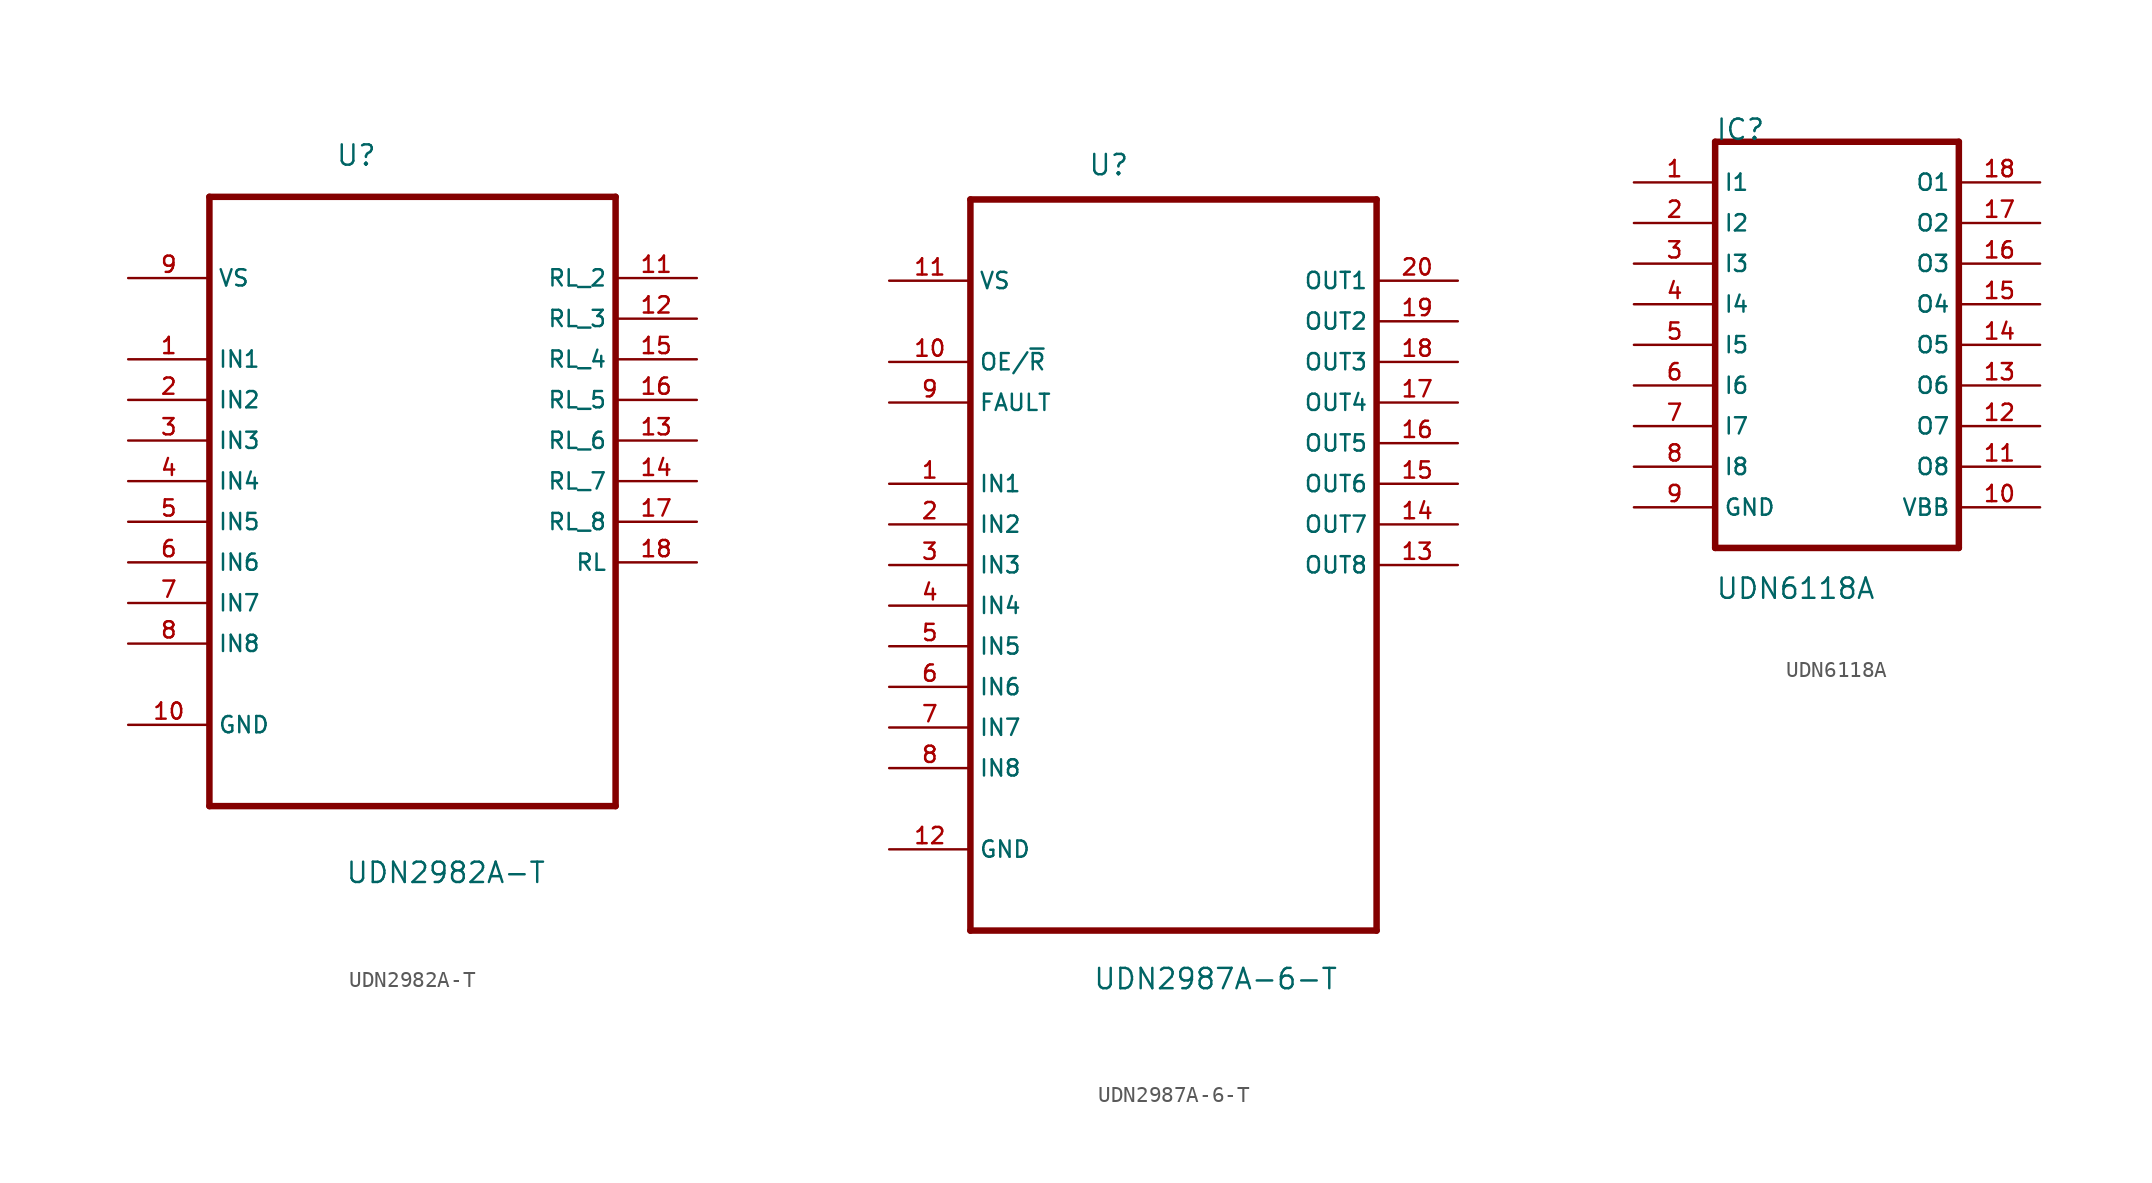
<source format=kicad_sym>
(kicad_symbol_lib
  (version 20220102)
  (generator kicad_symbol_editor)
  (symbol "UDN2982A-T"
    (property "Reference" "U"
      (at -4.826 17.831 0)
      (effects (font (size 1.27 1.27)) (justify left)))
    (property "Value" "UDN2982A-T"
      (at -4.216 -27.026 0)
      (effects (font (size 1.27 1.27)) (justify left)))
    (property "ki_locked" ""
      (at 0 0 0)
      (effects (font (size 1.27 1.27))))
    (symbol "UDN2982A-T_0_0"
      (polyline (pts (xy -12.7 -22.86) (xy 12.7 -22.86)) (stroke (width 0.406) (type default)) (fill (type none)))
      (polyline (pts (xy -12.7 15.24) (xy -12.7 -22.86)) (stroke (width 0.406) (type default)) (fill (type none)))
      (polyline (pts (xy 12.7 -22.86) (xy 12.7 15.24)) (stroke (width 0.406) (type default)) (fill (type none)))
      (polyline (pts (xy 12.7 15.24) (xy -12.7 15.24)) (stroke (width 0.406) (type default)) (fill (type none)))
      (pin input line (at -17.78 5.08 0) (length 5.08) (name "IN1" (effects (font (size 1.016 1.016)))) (number "1" (effects (font (size 1.016 1.016)))))
      (pin passive line (at -17.78 -17.78 0) (length 5.08) (name "GND" (effects (font (size 1.016 1.016)))) (number "10" (effects (font (size 1.016 1.016)))))
      (pin passive line (at 17.78 10.16 180) (length 5.08) (name "RL_2" (effects (font (size 1.016 1.016)))) (number "11" (effects (font (size 1.016 1.016)))))
      (pin passive line (at 17.78 7.62 180) (length 5.08) (name "RL_3" (effects (font (size 1.016 1.016)))) (number "12" (effects (font (size 1.016 1.016)))))
      (pin passive line (at 17.78 0 180) (length 5.08) (name "RL_6" (effects (font (size 1.016 1.016)))) (number "13" (effects (font (size 1.016 1.016)))))
      (pin passive line (at 17.78 -2.54 180) (length 5.08) (name "RL_7" (effects (font (size 1.016 1.016)))) (number "14" (effects (font (size 1.016 1.016)))))
      (pin passive line (at 17.78 5.08 180) (length 5.08) (name "RL_4" (effects (font (size 1.016 1.016)))) (number "15" (effects (font (size 1.016 1.016)))))
      (pin passive line (at 17.78 2.54 180) (length 5.08) (name "RL_5" (effects (font (size 1.016 1.016)))) (number "16" (effects (font (size 1.016 1.016)))))
      (pin passive line (at 17.78 -5.08 180) (length 5.08) (name "RL_8" (effects (font (size 1.016 1.016)))) (number "17" (effects (font (size 1.016 1.016)))))
      (pin passive line (at 17.78 -7.62 180) (length 5.08) (name "RL" (effects (font (size 1.016 1.016)))) (number "18" (effects (font (size 1.016 1.016)))))
      (pin input line (at -17.78 2.54 0) (length 5.08) (name "IN2" (effects (font (size 1.016 1.016)))) (number "2" (effects (font (size 1.016 1.016)))))
      (pin input line (at -17.78 0 0) (length 5.08) (name "IN3" (effects (font (size 1.016 1.016)))) (number "3" (effects (font (size 1.016 1.016)))))
      (pin input line (at -17.78 -2.54 0) (length 5.08) (name "IN4" (effects (font (size 1.016 1.016)))) (number "4" (effects (font (size 1.016 1.016)))))
      (pin input line (at -17.78 -5.08 0) (length 5.08) (name "IN5" (effects (font (size 1.016 1.016)))) (number "5" (effects (font (size 1.016 1.016)))))
      (pin input line (at -17.78 -7.62 0) (length 5.08) (name "IN6" (effects (font (size 1.016 1.016)))) (number "6" (effects (font (size 1.016 1.016)))))
      (pin input line (at -17.78 -10.16 0) (length 5.08) (name "IN7" (effects (font (size 1.016 1.016)))) (number "7" (effects (font (size 1.016 1.016)))))
      (pin input line (at -17.78 -12.7 0) (length 5.08) (name "IN8" (effects (font (size 1.016 1.016)))) (number "8" (effects (font (size 1.016 1.016)))))
      (pin input line (at -17.78 10.16 0) (length 5.08) (name "VS" (effects (font (size 1.016 1.016)))) (number "9" (effects (font (size 1.016 1.016)))))))
  (symbol "UDN2987A-6-T"
    (property "Reference" "U"
      (at -5.359 22.479 0)
      (effects (font (size 1.27 1.27)) (justify left)))
    (property "Value" "UDN2987A-6-T"
      (at -5.055 -28.423 0)
      (effects (font (size 1.27 1.27)) (justify left)))
    (property "ki_locked" ""
      (at 0 0 0)
      (effects (font (size 1.27 1.27))))
    (symbol "UDN2987A-6-T_0_0"
      (polyline (pts (xy -12.7 -25.4) (xy 12.7 -25.4)) (stroke (width 0.406) (type default)) (fill (type none)))
      (polyline (pts (xy -12.7 20.32) (xy -12.7 -25.4)) (stroke (width 0.406) (type default)) (fill (type none)))
      (polyline (pts (xy 12.7 -25.4) (xy 12.7 20.32)) (stroke (width 0.406) (type default)) (fill (type none)))
      (polyline (pts (xy 12.7 20.32) (xy -12.7 20.32)) (stroke (width 0.406) (type default)) (fill (type none)))
      (pin input line (at -17.78 2.54 0) (length 5.08) (name "IN1" (effects (font (size 1.016 1.016)))) (number "1" (effects (font (size 1.016 1.016)))))
      (pin input line (at -17.78 10.16 0) (length 5.08) (name "OE/~{R}" (effects (font (size 1.016 1.016)))) (number "10" (effects (font (size 1.016 1.016)))))
      (pin input line (at -17.78 15.24 0) (length 5.08) (name "VS" (effects (font (size 1.016 1.016)))) (number "11" (effects (font (size 1.016 1.016)))))
      (pin passive line (at -17.78 -20.32 0) (length 5.08) (name "GND" (effects (font (size 1.016 1.016)))) (number "12" (effects (font (size 1.016 1.016)))))
      (pin output line (at 17.78 -2.54 180) (length 5.08) (name "OUT8" (effects (font (size 1.016 1.016)))) (number "13" (effects (font (size 1.016 1.016)))))
      (pin output line (at 17.78 0 180) (length 5.08) (name "OUT7" (effects (font (size 1.016 1.016)))) (number "14" (effects (font (size 1.016 1.016)))))
      (pin output line (at 17.78 2.54 180) (length 5.08) (name "OUT6" (effects (font (size 1.016 1.016)))) (number "15" (effects (font (size 1.016 1.016)))))
      (pin output line (at 17.78 5.08 180) (length 5.08) (name "OUT5" (effects (font (size 1.016 1.016)))) (number "16" (effects (font (size 1.016 1.016)))))
      (pin output line (at 17.78 7.62 180) (length 5.08) (name "OUT4" (effects (font (size 1.016 1.016)))) (number "17" (effects (font (size 1.016 1.016)))))
      (pin output line (at 17.78 10.16 180) (length 5.08) (name "OUT3" (effects (font (size 1.016 1.016)))) (number "18" (effects (font (size 1.016 1.016)))))
      (pin output line (at 17.78 12.7 180) (length 5.08) (name "OUT2" (effects (font (size 1.016 1.016)))) (number "19" (effects (font (size 1.016 1.016)))))
      (pin input line (at -17.78 0 0) (length 5.08) (name "IN2" (effects (font (size 1.016 1.016)))) (number "2" (effects (font (size 1.016 1.016)))))
      (pin output line (at 17.78 15.24 180) (length 5.08) (name "OUT1" (effects (font (size 1.016 1.016)))) (number "20" (effects (font (size 1.016 1.016)))))
      (pin input line (at -17.78 -2.54 0) (length 5.08) (name "IN3" (effects (font (size 1.016 1.016)))) (number "3" (effects (font (size 1.016 1.016)))))
      (pin input line (at -17.78 -5.08 0) (length 5.08) (name "IN4" (effects (font (size 1.016 1.016)))) (number "4" (effects (font (size 1.016 1.016)))))
      (pin input line (at -17.78 -7.62 0) (length 5.08) (name "IN5" (effects (font (size 1.016 1.016)))) (number "5" (effects (font (size 1.016 1.016)))))
      (pin input line (at -17.78 -10.16 0) (length 5.08) (name "IN6" (effects (font (size 1.016 1.016)))) (number "6" (effects (font (size 1.016 1.016)))))
      (pin input line (at -17.78 -12.7 0) (length 5.08) (name "IN7" (effects (font (size 1.016 1.016)))) (number "7" (effects (font (size 1.016 1.016)))))
      (pin input line (at -17.78 -15.24 0) (length 5.08) (name "IN8" (effects (font (size 1.016 1.016)))) (number "8" (effects (font (size 1.016 1.016)))))
      (pin input line (at -17.78 7.62 0) (length 5.08) (name "FAULT" (effects (font (size 1.016 1.016)))) (number "9" (effects (font (size 1.016 1.016)))))))
  (symbol "UDN6118A"
    (property "Reference" "IC"
      (at -7.62 13.462 0)
      (effects (font (size 1.27 1.27)) (justify left)))
    (property "Value" "UDN6118A"
      (at -7.62 -15.24 0)
      (effects (font (size 1.27 1.27)) (justify left)))
    (property "ki_locked" ""
      (at 0 0 0)
      (effects (font (size 1.27 1.27))))
    (symbol "UDN6118A_0_0"
      (polyline (pts (xy -7.62 12.7) (xy -7.62 -12.7)) (stroke (width 0.406) (type default)) (fill (type none)))
      (polyline (pts (xy -7.62 12.7) (xy 7.62 12.7)) (stroke (width 0.406) (type default)) (fill (type none)))
      (polyline (pts (xy 7.62 -12.7) (xy -7.62 -12.7)) (stroke (width 0.406) (type default)) (fill (type none)))
      (polyline (pts (xy 7.62 -12.7) (xy 7.62 12.7)) (stroke (width 0.406) (type default)) (fill (type none)))
      (pin input line (at -12.7 10.16 0) (length 5.08) (name "I1" (effects (font (size 1.016 1.016)))) (number "1" (effects (font (size 1.016 1.016)))))
      (pin passive line (at 12.7 -10.16 180) (length 5.08) (name "VBB" (effects (font (size 1.016 1.016)))) (number "10" (effects (font (size 1.016 1.016)))))
      (pin open_collector line (at 12.7 -7.62 180) (length 5.08) (name "O8" (effects (font (size 1.016 1.016)))) (number "11" (effects (font (size 1.016 1.016)))))
      (pin open_collector line (at 12.7 -5.08 180) (length 5.08) (name "O7" (effects (font (size 1.016 1.016)))) (number "12" (effects (font (size 1.016 1.016)))))
      (pin open_collector line (at 12.7 -2.54 180) (length 5.08) (name "O6" (effects (font (size 1.016 1.016)))) (number "13" (effects (font (size 1.016 1.016)))))
      (pin open_collector line (at 12.7 0 180) (length 5.08) (name "O5" (effects (font (size 1.016 1.016)))) (number "14" (effects (font (size 1.016 1.016)))))
      (pin open_collector line (at 12.7 2.54 180) (length 5.08) (name "O4" (effects (font (size 1.016 1.016)))) (number "15" (effects (font (size 1.016 1.016)))))
      (pin open_collector line (at 12.7 5.08 180) (length 5.08) (name "O3" (effects (font (size 1.016 1.016)))) (number "16" (effects (font (size 1.016 1.016)))))
      (pin open_collector line (at 12.7 7.62 180) (length 5.08) (name "O2" (effects (font (size 1.016 1.016)))) (number "17" (effects (font (size 1.016 1.016)))))
      (pin open_collector line (at 12.7 10.16 180) (length 5.08) (name "O1" (effects (font (size 1.016 1.016)))) (number "18" (effects (font (size 1.016 1.016)))))
      (pin input line (at -12.7 7.62 0) (length 5.08) (name "I2" (effects (font (size 1.016 1.016)))) (number "2" (effects (font (size 1.016 1.016)))))
      (pin input line (at -12.7 5.08 0) (length 5.08) (name "I3" (effects (font (size 1.016 1.016)))) (number "3" (effects (font (size 1.016 1.016)))))
      (pin input line (at -12.7 2.54 0) (length 5.08) (name "I4" (effects (font (size 1.016 1.016)))) (number "4" (effects (font (size 1.016 1.016)))))
      (pin input line (at -12.7 0 0) (length 5.08) (name "I5" (effects (font (size 1.016 1.016)))) (number "5" (effects (font (size 1.016 1.016)))))
      (pin input line (at -12.7 -2.54 0) (length 5.08) (name "I6" (effects (font (size 1.016 1.016)))) (number "6" (effects (font (size 1.016 1.016)))))
      (pin input line (at -12.7 -5.08 0) (length 5.08) (name "I7" (effects (font (size 1.016 1.016)))) (number "7" (effects (font (size 1.016 1.016)))))
      (pin input line (at -12.7 -7.62 0) (length 5.08) (name "I8" (effects (font (size 1.016 1.016)))) (number "8" (effects (font (size 1.016 1.016)))))
      (pin input line (at -12.7 -10.16 0) (length 5.08) (name "GND" (effects (font (size 1.016 1.016)))) (number "9" (effects (font (size 1.016 1.016))))))))
</source>
